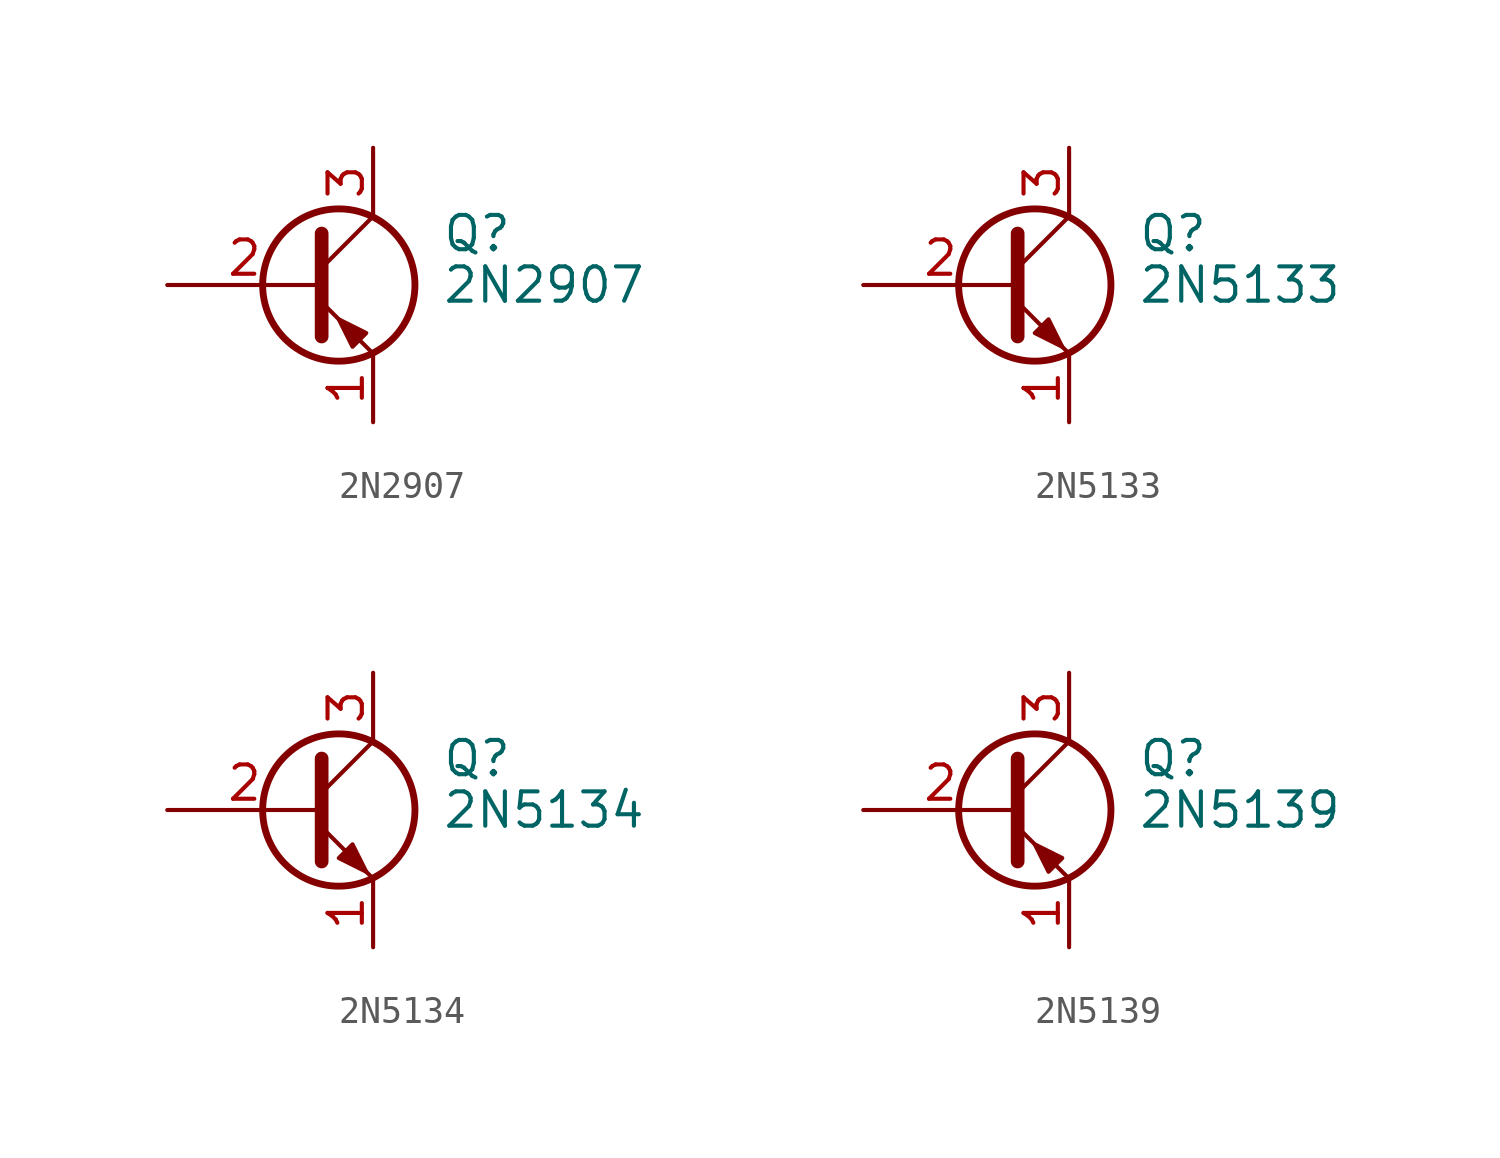
<source format=kicad_sym>
(kicad_symbol_lib
  (version 20211014)
  (generator kicad_symbol_editor)
  (symbol "2N2907"
    (pin_names
      (offset 0) hide)
    (property "Reference" "Q"
      (at 5.08 1.905 0)
      (effects (font (size 1.27 1.27)) (justify left)))
    (property "Value" "2N2907"
      (at 5.08 0 0)
      (effects (font (size 1.27 1.27)) (justify left)))
    (symbol "2N2907_0_1"
      (polyline (pts (xy 0.635 0.635) (xy 2.54 2.54)) (stroke (width 0) (type default) (color 0 0 0 0)) (fill (type none)))
      (polyline (pts (xy 0.635 -0.635) (xy 2.54 -2.54) (xy 2.54 -2.54)) (stroke (width 0) (type default) (color 0 0 0 0)) (fill (type none)))
      (polyline (pts (xy 0.635 1.905) (xy 0.635 -1.905) (xy 0.635 -1.905)) (stroke (width 0.508) (type default) (color 0 0 0 0)) (fill (type none)))
      (polyline (pts (xy 2.286 -1.778) (xy 1.778 -2.286) (xy 1.27 -1.27) (xy 2.286 -1.778) (xy 2.286 -1.778)) (stroke (width 0) (type default) (color 0 0 0 0)) (fill (type outline)))
      (circle (center 1.27 0) (radius 2.819) (stroke (width 0.254) (type default) (color 0 0 0 0)) (fill (type none))))
    (symbol "2N2907_1_1"
      (pin passive line (at 2.54 -5.08 90) (length 2.54) (name "E" (effects (font (size 1.27 1.27)))) (number "1" (effects (font (size 1.27 1.27)))))
      (pin input line (at -5.08 0 0) (length 5.715) (name "B" (effects (font (size 1.27 1.27)))) (number "2" (effects (font (size 1.27 1.27)))))
      (pin passive line (at 2.54 5.08 270) (length 2.54) (name "C" (effects (font (size 1.27 1.27)))) (number "3" (effects (font (size 1.27 1.27)))))))
  (symbol "2N5133"
    (pin_names
      (offset 0) hide)
    (property "Reference" "Q"
      (at 5.08 1.905 0)
      (effects (font (size 1.27 1.27)) (justify left)))
    (property "Value" "2N5133"
      (at 5.08 0 0)
      (effects (font (size 1.27 1.27)) (justify left)))
    (symbol "2N5133_0_1"
      (polyline (pts (xy 0.635 0.635) (xy 2.54 2.54)) (stroke (width 0) (type default) (color 0 0 0 0)) (fill (type none)))
      (polyline (pts (xy 0.635 -0.635) (xy 2.54 -2.54) (xy 2.54 -2.54)) (stroke (width 0) (type default) (color 0 0 0 0)) (fill (type none)))
      (polyline (pts (xy 0.635 1.905) (xy 0.635 -1.905) (xy 0.635 -1.905)) (stroke (width 0.508) (type default) (color 0 0 0 0)) (fill (type none)))
      (polyline (pts (xy 1.27 -1.778) (xy 1.778 -1.27) (xy 2.286 -2.286) (xy 1.27 -1.778) (xy 1.27 -1.778)) (stroke (width 0) (type default) (color 0 0 0 0)) (fill (type outline)))
      (circle (center 1.27 0) (radius 2.819) (stroke (width 0.254) (type default) (color 0 0 0 0)) (fill (type none))))
    (symbol "2N5133_1_1"
      (pin passive line (at 2.54 -5.08 90) (length 2.54) (name "E" (effects (font (size 1.27 1.27)))) (number "1" (effects (font (size 1.27 1.27)))))
      (pin passive line (at -5.08 0 0) (length 5.715) (name "B" (effects (font (size 1.27 1.27)))) (number "2" (effects (font (size 1.27 1.27)))))
      (pin passive line (at 2.54 5.08 270) (length 2.54) (name "C" (effects (font (size 1.27 1.27)))) (number "3" (effects (font (size 1.27 1.27)))))))
  (symbol "2N5134"
    (pin_names
      (offset 0) hide)
    (property "Reference" "Q"
      (at 5.08 1.905 0)
      (effects (font (size 1.27 1.27)) (justify left)))
    (property "Value" "2N5134"
      (at 5.08 0 0)
      (effects (font (size 1.27 1.27)) (justify left)))
    (symbol "2N5134_0_1"
      (polyline (pts (xy 0.635 0.635) (xy 2.54 2.54)) (stroke (width 0) (type default) (color 0 0 0 0)) (fill (type none)))
      (polyline (pts (xy 0.635 -0.635) (xy 2.54 -2.54) (xy 2.54 -2.54)) (stroke (width 0) (type default) (color 0 0 0 0)) (fill (type none)))
      (polyline (pts (xy 0.635 1.905) (xy 0.635 -1.905) (xy 0.635 -1.905)) (stroke (width 0.508) (type default) (color 0 0 0 0)) (fill (type none)))
      (polyline (pts (xy 1.27 -1.778) (xy 1.778 -1.27) (xy 2.286 -2.286) (xy 1.27 -1.778) (xy 1.27 -1.778)) (stroke (width 0) (type default) (color 0 0 0 0)) (fill (type outline)))
      (circle (center 1.27 0) (radius 2.819) (stroke (width 0.254) (type default) (color 0 0 0 0)) (fill (type none))))
    (symbol "2N5134_1_1"
      (pin passive line (at 2.54 -5.08 90) (length 2.54) (name "E" (effects (font (size 1.27 1.27)))) (number "1" (effects (font (size 1.27 1.27)))))
      (pin passive line (at -5.08 0 0) (length 5.715) (name "B" (effects (font (size 1.27 1.27)))) (number "2" (effects (font (size 1.27 1.27)))))
      (pin passive line (at 2.54 5.08 270) (length 2.54) (name "C" (effects (font (size 1.27 1.27)))) (number "3" (effects (font (size 1.27 1.27)))))))
  (symbol "2N5139"
    (pin_names
      (offset 0) hide)
    (property "Reference" "Q"
      (at 5.08 1.905 0)
      (effects (font (size 1.27 1.27)) (justify left)))
    (property "Value" "2N5139"
      (at 5.08 0 0)
      (effects (font (size 1.27 1.27)) (justify left)))
    (symbol "2N5139_0_1"
      (polyline (pts (xy 0.635 0.635) (xy 2.54 2.54)) (stroke (width 0) (type default) (color 0 0 0 0)) (fill (type none)))
      (polyline (pts (xy 0.635 -0.635) (xy 2.54 -2.54) (xy 2.54 -2.54)) (stroke (width 0) (type default) (color 0 0 0 0)) (fill (type none)))
      (polyline (pts (xy 0.635 1.905) (xy 0.635 -1.905) (xy 0.635 -1.905)) (stroke (width 0.508) (type default) (color 0 0 0 0)) (fill (type none)))
      (polyline (pts (xy 2.286 -1.778) (xy 1.778 -2.286) (xy 1.27 -1.27) (xy 2.286 -1.778) (xy 2.286 -1.778)) (stroke (width 0) (type default) (color 0 0 0 0)) (fill (type outline)))
      (circle (center 1.27 0) (radius 2.819) (stroke (width 0.254) (type default) (color 0 0 0 0)) (fill (type none))))
    (symbol "2N5139_1_1"
      (pin passive line (at 2.54 -5.08 90) (length 2.54) (name "E" (effects (font (size 1.27 1.27)))) (number "1" (effects (font (size 1.27 1.27)))))
      (pin input line (at -5.08 0 0) (length 5.715) (name "B" (effects (font (size 1.27 1.27)))) (number "2" (effects (font (size 1.27 1.27)))))
      (pin passive line (at 2.54 5.08 270) (length 2.54) (name "C" (effects (font (size 1.27 1.27)))) (number "3" (effects (font (size 1.27 1.27))))))))
</source>
